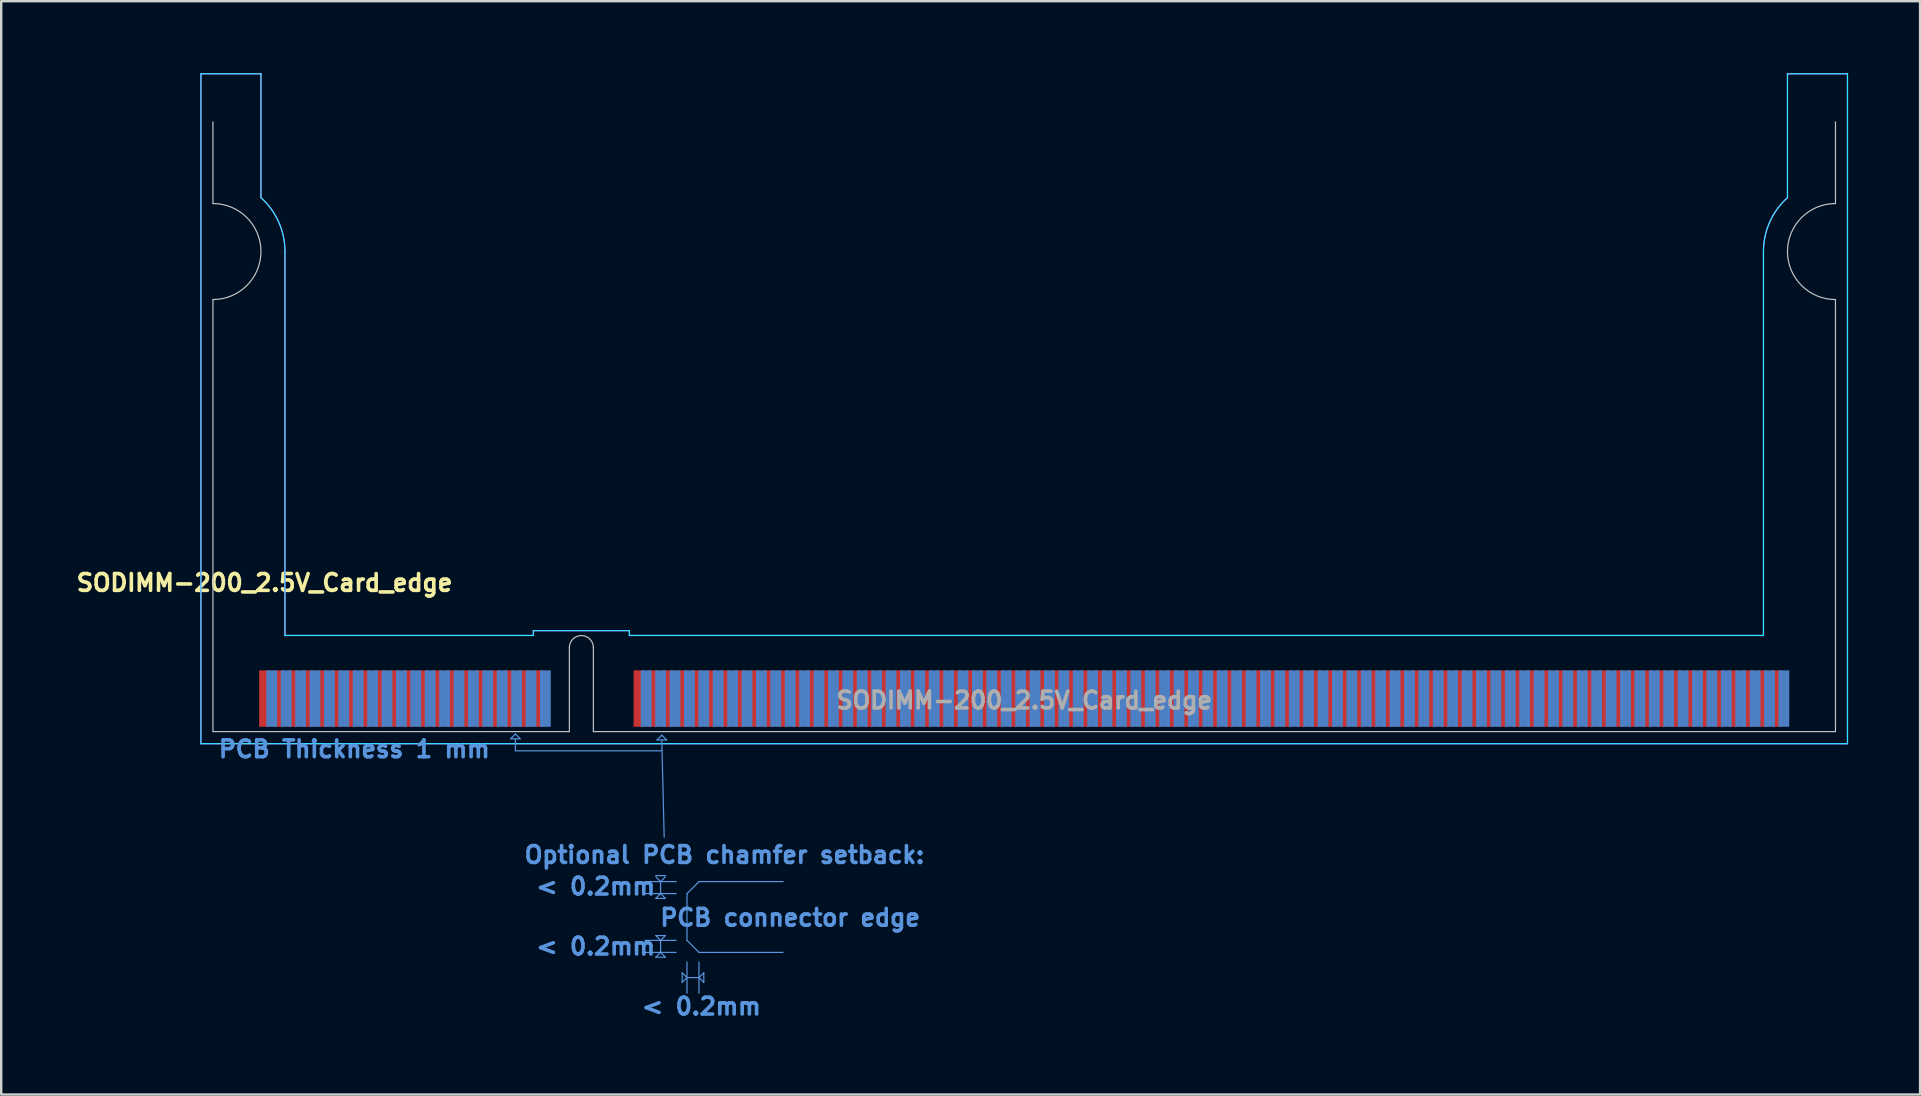
<source format=kicad_pcb>
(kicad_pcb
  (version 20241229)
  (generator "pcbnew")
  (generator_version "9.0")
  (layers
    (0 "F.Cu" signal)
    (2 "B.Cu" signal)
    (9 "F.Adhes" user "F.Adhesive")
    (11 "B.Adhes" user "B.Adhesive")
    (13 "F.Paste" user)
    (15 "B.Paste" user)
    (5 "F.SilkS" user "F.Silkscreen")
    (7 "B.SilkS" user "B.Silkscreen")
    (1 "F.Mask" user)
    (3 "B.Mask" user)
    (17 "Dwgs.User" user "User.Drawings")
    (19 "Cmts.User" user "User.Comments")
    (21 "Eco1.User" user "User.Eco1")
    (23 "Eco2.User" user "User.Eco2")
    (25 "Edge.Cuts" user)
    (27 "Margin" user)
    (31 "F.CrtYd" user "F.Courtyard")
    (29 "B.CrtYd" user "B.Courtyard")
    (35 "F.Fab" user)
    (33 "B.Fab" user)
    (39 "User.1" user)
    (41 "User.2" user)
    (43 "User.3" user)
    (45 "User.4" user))
  (footprint "SODIMM-200_2.5V_Card_edge"
    (layer "F.Cu")
    (at 7.972 26.055)
    (property "Reference" "SODIMM-200_2.5V_Card_edge" (at 0 -4.825 0) (layer "F.SilkS") (effects (font (size 0.7 0.7) (thickness 0.15))))
    (attr exclude_from_pos_files allow_soldermask_bridges)
    (fp_rect (start -0.352 -1.302) (end 12.7 1.302) (stroke (width 0) (type solid)) (fill yes) (layer "F.Mask"))
    (fp_rect (start 13.7 -1.302) (end 63.352 1.302) (stroke (width 0) (type solid)) (fill yes) (layer "F.Mask"))
    (fp_rect (start -0.052 -1.302) (end 12.7 1.302) (stroke (width 0) (type solid)) (fill yes) (layer "B.Mask"))
    (fp_rect (start 13.7 -1.302) (end 63.652 1.302) (stroke (width 0) (type solid)) (fill yes) (layer "B.Mask"))
    (fp_line (start -2.15 -20.625) (end -2.15 -24.025) (stroke (width 0.05) (type default)) (layer "Dwgs.User"))
    (fp_line (start -2.15 1.375) (end -2.15 -16.625) (stroke (width 0.05) (type solid)) (layer "Dwgs.User"))
    (fp_line (start 12.7 1.375) (end -2.15 1.375) (stroke (width 0.05) (type default)) (layer "Dwgs.User"))
    (fp_line (start 12.7 1.375) (end 12.7 -2.125) (stroke (width 0.05) (type solid)) (layer "Dwgs.User"))
    (fp_line (start 13.7 -2.125) (end 13.7 1.375) (stroke (width 0.05) (type solid)) (layer "Dwgs.User"))
    (fp_line (start 13.7 1.375) (end 65.45 1.375) (stroke (width 0.05) (type default)) (layer "Dwgs.User"))
    (fp_line (start 65.45 -20.625) (end 65.45 -24.025) (stroke (width 0.05) (type default)) (layer "Dwgs.User"))
    (fp_line (start 65.45 1.375) (end 65.45 -16.625) (stroke (width 0.05) (type solid)) (layer "Dwgs.User"))
    (fp_arc (start -2.15 -20.625) (mid -0.15 -18.625) (end -2.15 -16.625) (stroke (width 0.05) (type solid)) (layer "Dwgs.User"))
    (fp_arc (start 12.7 -2.125) (mid 13.2 -2.625) (end 13.7 -2.125) (stroke (width 0.05) (type solid)) (layer "Dwgs.User"))
    (fp_arc (start 65.45 -16.625) (mid 63.45 -18.625) (end 65.45 -20.625) (stroke (width 0.05) (type solid)) (layer "Dwgs.User"))
    (fp_line (start 10.25 1.675) (end 10.45 1.475) (stroke (width 0.05) (type default)) (layer "Cmts.User"))
    (fp_line (start 10.45 1.475) (end 10.65 1.675) (stroke (width 0.05) (type default)) (layer "Cmts.User"))
    (fp_line (start 10.45 1.675) (end 10.45 2.175) (stroke (width 0.05) (type default)) (layer "Cmts.User"))
    (fp_line (start 10.45 2.175) (end 16.55 2.175) (stroke (width 0.05) (type default)) (layer "Cmts.User"))
    (fp_line (start 10.65 1.675) (end 10.25 1.675) (stroke (width 0.05) (type default)) (layer "Cmts.User"))
    (fp_line (start 15.85 7.625) (end 17.15 7.625) (stroke (width 0.05) (type default)) (layer "Cmts.User"))
    (fp_line (start 15.85 8.125) (end 17.15 8.125) (stroke (width 0.05) (type default)) (layer "Cmts.User"))
    (fp_line (start 15.85 10.075) (end 17.15 10.075) (stroke (width 0.05) (type default)) (layer "Cmts.User"))
    (fp_line (start 15.85 10.575) (end 17.15 10.575) (stroke (width 0.05) (type default)) (layer "Cmts.User"))
    (fp_line (start 16.3 7.375) (end 16.7 7.375) (stroke (width 0.05) (type default)) (layer "Cmts.User"))
    (fp_line (start 16.3 8.325) (end 16.5 8.125) (stroke (width 0.05) (type default)) (layer "Cmts.User"))
    (fp_line (start 16.3 9.875) (end 16.7 9.875) (stroke (width 0.05) (type default)) (layer "Cmts.User"))
    (fp_line (start 16.3 10.775) (end 16.5 10.575) (stroke (width 0.05) (type default)) (layer "Cmts.User"))
    (fp_line (start 16.35 1.725) (end 16.55 1.525) (stroke (width 0.05) (type default)) (layer "Cmts.User"))
    (fp_line (start 16.5 7.625) (end 16.3 7.425) (stroke (width 0.05) (type default)) (layer "Cmts.User"))
    (fp_line (start 16.5 8.125) (end 16.5 7.625) (stroke (width 0.05) (type default)) (layer "Cmts.User"))
    (fp_line (start 16.5 8.125) (end 16.7 8.325) (stroke (width 0.05) (type default)) (layer "Cmts.User"))
    (fp_line (start 16.5 10.075) (end 16.3 9.875) (stroke (width 0.05) (type default)) (layer "Cmts.User"))
    (fp_line (start 16.5 10.575) (end 16.5 10.075) (stroke (width 0.05) (type default)) (layer "Cmts.User"))
    (fp_line (start 16.5 10.575) (end 16.7 10.775) (stroke (width 0.05) (type default)) (layer "Cmts.User"))
    (fp_line (start 16.55 1.525) (end 16.75 1.725) (stroke (width 0.05) (type default)) (layer "Cmts.User"))
    (fp_line (start 16.55 1.725) (end 16.65 5.775) (stroke (width 0.05) (type default)) (layer "Cmts.User"))
    (fp_line (start 16.7 7.425) (end 16.5 7.625) (stroke (width 0.05) (type default)) (layer "Cmts.User"))
    (fp_line (start 16.7 8.325) (end 16.3 8.325) (stroke (width 0.05) (type default)) (layer "Cmts.User"))
    (fp_line (start 16.7 9.875) (end 16.5 10.075) (stroke (width 0.05) (type default)) (layer "Cmts.User"))
    (fp_line (start 16.7 10.775) (end 16.3 10.775) (stroke (width 0.05) (type default)) (layer "Cmts.User"))
    (fp_line (start 16.75 1.725) (end 16.35 1.725) (stroke (width 0.05) (type default)) (layer "Cmts.User"))
    (fp_line (start 17.4 11.425) (end 17.6 11.625) (stroke (width 0.05) (type default)) (layer "Cmts.User"))
    (fp_line (start 17.4 11.825) (end 17.4 11.425) (stroke (width 0.05) (type default)) (layer "Cmts.User"))
    (fp_line (start 17.6 8.125) (end 17.6 10.075) (stroke (width 0.05) (type default)) (layer "Cmts.User"))
    (fp_line (start 17.6 10.975) (end 17.6 12.275) (stroke (width 0.05) (type default)) (layer "Cmts.User"))
    (fp_line (start 17.6 11.625) (end 17.4 11.825) (stroke (width 0.05) (type default)) (layer "Cmts.User"))
    (fp_line (start 17.6 11.625) (end 18.1 11.625) (stroke (width 0.05) (type default)) (layer "Cmts.User"))
    (fp_line (start 18.1 7.625) (end 17.6 8.125) (stroke (width 0.05) (type default)) (layer "Cmts.User"))
    (fp_line (start 18.1 7.625) (end 21.6 7.625) (stroke (width 0.05) (type default)) (layer "Cmts.User"))
    (fp_line (start 18.1 10.575) (end 17.6 10.075) (stroke (width 0.05) (type default)) (layer "Cmts.User"))
    (fp_line (start 18.1 10.575) (end 21.6 10.575) (stroke (width 0.05) (type default)) (layer "Cmts.User"))
    (fp_line (start 18.1 10.975) (end 18.1 12.275) (stroke (width 0.05) (type default)) (layer "Cmts.User"))
    (fp_line (start 18.1 11.625) (end 18.3 11.425) (stroke (width 0.05) (type default)) (layer "Cmts.User"))
    (fp_line (start 18.3 11.425) (end 18.3 11.825) (stroke (width 0.05) (type default)) (layer "Cmts.User"))
    (fp_line (start 18.3 11.825) (end 18.1 11.625) (stroke (width 0.05) (type default)) (layer "Cmts.User"))
    (fp_line (start -2.65 -26.03) (end -2.65 1.88) (stroke (width 0.05) (type default)) (layer "B.CrtYd"))
    (fp_line (start -2.65 -26.03) (end -0.15 -26.03) (stroke (width 0.05) (type default)) (layer "B.CrtYd"))
    (fp_line (start -0.15 -20.87) (end -0.15 -26.03) (stroke (width 0.05) (type default)) (layer "B.CrtYd"))
    (fp_line (start 0.85 -18.63) (end 0.85 -2.63) (stroke (width 0.05) (type default)) (layer "B.CrtYd"))
    (fp_line (start 0.85 -2.63) (end 11.2 -2.63) (stroke (width 0.05) (type default)) (layer "B.CrtYd"))
    (fp_line (start 11.2 -2.83) (end 15.2 -2.83) (stroke (width 0.05) (type default)) (layer "B.CrtYd"))
    (fp_line (start 11.2 -2.63) (end 11.2 -2.83) (stroke (width 0.05) (type default)) (layer "B.CrtYd"))
    (fp_line (start 15.2 -2.83) (end 15.2 -2.63) (stroke (width 0.05) (type default)) (layer "B.CrtYd"))
    (fp_line (start 15.2 -2.63) (end 62.45 -2.63) (stroke (width 0.05) (type default)) (layer "B.CrtYd"))
    (fp_line (start 62.45 -18.63) (end 62.45 -2.63) (stroke (width 0.05) (type default)) (layer "B.CrtYd"))
    (fp_line (start 63.45 -20.87) (end 63.45 -26.03) (stroke (width 0.05) (type default)) (layer "B.CrtYd"))
    (fp_line (start 65.95 -26.03) (end 63.45 -26.03) (stroke (width 0.05) (type default)) (layer "B.CrtYd"))
    (fp_line (start 65.95 -26.03) (end 65.95 1.88) (stroke (width 0.05) (type default)) (layer "B.CrtYd"))
    (fp_line (start 65.95 1.88) (end -2.65 1.88) (stroke (width 0.05) (type default)) (layer "B.CrtYd"))
    (fp_arc (start -0.15 -20.87) (mid 0.588474 -19.856462) (end 0.85 -18.63) (stroke (width 0.05) (type default)) (layer "B.CrtYd"))
    (fp_arc (start 62.45 -18.63) (mid 62.711526 -19.856462) (end 63.45 -20.87) (stroke (width 0.05) (type default)) (layer "B.CrtYd"))
    (fp_line (start -2.65 -26.03) (end -2.65 1.88) (stroke (width 0.05) (type default)) (layer "F.CrtYd"))
    (fp_line (start -2.65 -26.03) (end -0.15 -26.03) (stroke (width 0.05) (type default)) (layer "F.CrtYd"))
    (fp_line (start -0.15 -20.87) (end -0.15 -26.03) (stroke (width 0.05) (type default)) (layer "F.CrtYd"))
    (fp_line (start 0.85 -2.63) (end 0.85 -18.63) (stroke (width 0.05) (type default)) (layer "F.CrtYd"))
    (fp_line (start 0.85 -2.63) (end 11.2 -2.63) (stroke (width 0.05) (type default)) (layer "F.CrtYd"))
    (fp_line (start 11.2 -2.83) (end 15.2 -2.83) (stroke (width 0.05) (type default)) (layer "F.CrtYd"))
    (fp_line (start 11.2 -2.63) (end 11.2 -2.83) (stroke (width 0.05) (type default)) (layer "F.CrtYd"))
    (fp_line (start 15.2 -2.83) (end 15.2 -2.63) (stroke (width 0.05) (type default)) (layer "F.CrtYd"))
    (fp_line (start 15.2 -2.63) (end 62.45 -2.63) (stroke (width 0.05) (type default)) (layer "F.CrtYd"))
    (fp_line (start 62.45 -2.63) (end 62.45 -18.63) (stroke (width 0.05) (type default)) (layer "F.CrtYd"))
    (fp_line (start 63.45 -20.87) (end 63.45 -26.03) (stroke (width 0.05) (type default)) (layer "F.CrtYd"))
    (fp_line (start 65.95 -26.03) (end 63.45 -26.03) (stroke (width 0.05) (type default)) (layer "F.CrtYd"))
    (fp_line (start 65.95 -26.03) (end 65.95 1.88) (stroke (width 0.05) (type default)) (layer "F.CrtYd"))
    (fp_line (start 65.95 1.88) (end -2.65 1.88) (stroke (width 0.05) (type default)) (layer "F.CrtYd"))
    (fp_arc (start -0.15 -20.87) (mid 0.588474 -19.856462) (end 0.85 -18.63) (stroke (width 0.05) (type default)) (layer "F.CrtYd"))
    (fp_arc (start 62.45 -18.63) (mid 62.711526 -19.856462) (end 63.45 -20.87) (stroke (width 0.05) (type default)) (layer "F.CrtYd"))
    (fp_text user "< 0.2mm" (at 13.8 10.325 180) (layer "Cmts.User") (effects (font (size 0.7 0.7) (thickness 0.15))))
    (fp_text user "< 0.2mm" (at 13.8 7.825 180) (layer "Cmts.User") (effects (font (size 0.7 0.7) (thickness 0.15))))
    (fp_text user "Optional PCB chamfer setback:" (at 19.16 6.51 180) (layer "Cmts.User") (effects (font (size 0.7 0.7) (thickness 0.15))))
    (fp_text user "< 0.2mm" (at 18.2 12.825 180) (layer "Cmts.User") (effects (font (size 0.7 0.7) (thickness 0.15))))
    (fp_text user "PCB connector edge" (at 21.9 9.125 180) (layer "Cmts.User") (effects (font (size 0.7 0.7) (thickness 0.15))))
    (fp_text user "PCB Thickness 1 mm" (at 3.74 2.105 180) (layer "Cmts.User") (effects (font (size 0.7 0.7) (thickness 0.15))))
    (fp_text user "${REFERENCE}" (at 31.65 0.075 0) (layer "F.Fab") (effects (font (size 0.7 0.7) (thickness 0.15))))
    (pad "1" connect rect (at 0 0) (size 0.45 2.35) (layers "F.Cu" "F.Mask"))
    (pad "2" connect rect (at 0.3 0) (size 0.45 2.35) (layers "B.Cu" "B.Mask"))
    (pad "3" connect rect (at 0.6 0) (size 0.45 2.35) (layers "F.Cu" "F.Mask"))
    (pad "4" connect rect (at 0.9 0) (size 0.45 2.35) (layers "B.Cu" "B.Mask"))
    (pad "5" connect rect (at 1.2 0) (size 0.45 2.35) (layers "F.Cu" "F.Mask"))
    (pad "6" connect rect (at 1.5 0) (size 0.45 2.35) (layers "B.Cu" "B.Mask"))
    (pad "7" connect rect (at 1.8 0) (size 0.45 2.35) (layers "F.Cu" "F.Mask"))
    (pad "8" connect rect (at 2.1 0) (size 0.45 2.35) (layers "B.Cu" "B.Mask"))
    (pad "9" connect rect (at 2.4 0) (size 0.45 2.35) (layers "F.Cu" "F.Mask"))
    (pad "10" connect rect (at 2.7 0) (size 0.45 2.35) (layers "B.Cu" "B.Mask"))
    (pad "11" connect rect (at 3 0) (size 0.45 2.35) (layers "F.Cu" "F.Mask"))
    (pad "12" connect rect (at 3.3 0) (size 0.45 2.35) (layers "B.Cu" "B.Mask"))
    (pad "13" connect rect (at 3.6 0) (size 0.45 2.35) (layers "F.Cu" "F.Mask"))
    (pad "14" connect rect (at 3.9 0) (size 0.45 2.35) (layers "B.Cu" "B.Mask"))
    (pad "15" connect rect (at 4.2 0) (size 0.45 2.35) (layers "F.Cu" "F.Mask"))
    (pad "16" connect rect (at 4.5 0) (size 0.45 2.35) (layers "B.Cu" "B.Mask"))
    (pad "17" connect rect (at 4.8 0) (size 0.45 2.35) (layers "F.Cu" "F.Mask"))
    (pad "18" connect rect (at 5.1 0) (size 0.45 2.35) (layers "B.Cu" "B.Mask"))
    (pad "19" connect rect (at 5.4 0) (size 0.45 2.35) (layers "F.Cu" "F.Mask"))
    (pad "20" connect rect (at 5.7 0) (size 0.45 2.35) (layers "B.Cu" "B.Mask"))
    (pad "21" connect rect (at 6 0) (size 0.45 2.35) (layers "F.Cu" "F.Mask"))
    (pad "22" connect rect (at 6.3 0) (size 0.45 2.35) (layers "B.Cu" "B.Mask"))
    (pad "23" connect rect (at 6.6 0) (size 0.45 2.35) (layers "F.Cu" "F.Mask"))
    (pad "24" connect rect (at 6.9 0) (size 0.45 2.35) (layers "B.Cu" "B.Mask"))
    (pad "25" connect rect (at 7.2 0) (size 0.45 2.35) (layers "F.Cu" "F.Mask"))
    (pad "26" connect rect (at 7.5 0) (size 0.45 2.35) (layers "B.Cu" "B.Mask"))
    (pad "27" connect rect (at 7.8 0) (size 0.45 2.35) (layers "F.Cu" "F.Mask"))
    (pad "28" connect rect (at 8.1 0) (size 0.45 2.35) (layers "B.Cu" "B.Mask"))
    (pad "29" connect rect (at 8.4 0) (size 0.45 2.35) (layers "F.Cu" "F.Mask"))
    (pad "30" connect rect (at 8.7 0) (size 0.45 2.35) (layers "B.Cu" "B.Mask"))
    (pad "31" connect rect (at 9 0) (size 0.45 2.35) (layers "F.Cu" "F.Mask"))
    (pad "32" connect rect (at 9.3 0) (size 0.45 2.35) (layers "B.Cu" "B.Mask"))
    (pad "33" connect rect (at 9.6 0) (size 0.45 2.35) (layers "F.Cu" "F.Mask"))
    (pad "34" connect rect (at 9.9 0) (size 0.45 2.35) (layers "B.Cu" "B.Mask"))
    (pad "35" connect rect (at 10.2 0) (size 0.45 2.35) (layers "F.Cu" "F.Mask"))
    (pad "36" connect rect (at 10.5 0) (size 0.45 2.35) (layers "B.Cu" "B.Mask"))
    (pad "37" connect rect (at 10.8 0) (size 0.45 2.35) (layers "F.Cu" "F.Mask"))
    (pad "38" connect rect (at 11.1 0) (size 0.45 2.35) (layers "B.Cu" "B.Mask"))
    (pad "39" connect rect (at 11.4 0) (size 0.45 2.35) (layers "F.Cu" "F.Mask"))
    (pad "40" connect rect (at 11.7 0) (size 0.45 2.35) (layers "B.Cu" "B.Mask"))
    (pad "41" connect rect (at 15.6 0) (size 0.45 2.35) (layers "F.Cu" "F.Mask"))
    (pad "42" connect rect (at 15.9 0) (size 0.45 2.35) (layers "B.Cu" "B.Mask"))
    (pad "43" connect rect (at 16.2 0) (size 0.45 2.35) (layers "F.Cu" "F.Mask"))
    (pad "44" connect rect (at 16.5 0) (size 0.45 2.35) (layers "B.Cu" "B.Mask"))
    (pad "45" connect rect (at 16.8 0) (size 0.45 2.35) (layers "F.Cu" "F.Mask"))
    (pad "46" connect rect (at 17.1 0) (size 0.45 2.35) (layers "B.Cu" "B.Mask"))
    (pad "47" connect rect (at 17.4 0) (size 0.45 2.35) (layers "F.Cu" "F.Mask"))
    (pad "48" connect rect (at 17.7 0) (size 0.45 2.35) (layers "B.Cu" "B.Mask"))
    (pad "49" connect rect (at 18 0) (size 0.45 2.35) (layers "F.Cu" "F.Mask"))
    (pad "50" connect rect (at 18.3 0) (size 0.45 2.35) (layers "B.Cu" "B.Mask"))
    (pad "51" connect rect (at 18.6 0) (size 0.45 2.35) (layers "F.Cu" "F.Mask"))
    (pad "52" connect rect (at 18.9 0) (size 0.45 2.35) (layers "B.Cu" "B.Mask"))
    (pad "53" connect rect (at 19.2 0) (size 0.45 2.35) (layers "F.Cu" "F.Mask"))
    (pad "54" connect rect (at 19.5 0) (size 0.45 2.35) (layers "B.Cu" "B.Mask"))
    (pad "55" connect rect (at 19.8 0) (size 0.45 2.35) (layers "F.Cu" "F.Mask"))
    (pad "56" connect rect (at 20.1 0) (size 0.45 2.35) (layers "B.Cu" "B.Mask"))
    (pad "57" connect rect (at 20.4 0) (size 0.45 2.35) (layers "F.Cu" "F.Mask"))
    (pad "58" connect rect (at 20.7 0) (size 0.45 2.35) (layers "B.Cu" "B.Mask"))
    (pad "59" connect rect (at 21 0) (size 0.45 2.35) (layers "F.Cu" "F.Mask"))
    (pad "60" connect rect (at 21.3 0) (size 0.45 2.35) (layers "B.Cu" "B.Mask"))
    (pad "61" connect rect (at 21.6 0) (size 0.45 2.35) (layers "F.Cu" "F.Mask"))
    (pad "62" connect rect (at 21.9 0) (size 0.45 2.35) (layers "B.Cu" "B.Mask"))
    (pad "63" connect rect (at 22.2 0) (size 0.45 2.35) (layers "F.Cu" "F.Mask"))
    (pad "64" connect rect (at 22.5 0) (size 0.45 2.35) (layers "B.Cu" "B.Mask"))
    (pad "65" connect rect (at 22.8 0) (size 0.45 2.35) (layers "F.Cu" "F.Mask"))
    (pad "66" connect rect (at 23.1 0) (size 0.45 2.35) (layers "B.Cu" "B.Mask"))
    (pad "67" connect rect (at 23.4 0) (size 0.45 2.35) (layers "F.Cu" "F.Mask"))
    (pad "68" connect rect (at 23.7 0) (size 0.45 2.35) (layers "B.Cu" "B.Mask"))
    (pad "69" connect rect (at 24 0) (size 0.45 2.35) (layers "F.Cu" "F.Mask"))
    (pad "70" connect rect (at 24.3 0) (size 0.45 2.35) (layers "B.Cu" "B.Mask"))
    (pad "71" connect rect (at 24.6 0) (size 0.45 2.35) (layers "F.Cu" "F.Mask"))
    (pad "72" connect rect (at 24.9 0) (size 0.45 2.35) (layers "B.Cu" "B.Mask"))
    (pad "73" connect rect (at 25.2 0) (size 0.45 2.35) (layers "F.Cu" "F.Mask"))
    (pad "74" connect rect (at 25.5 0) (size 0.45 2.35) (layers "B.Cu" "B.Mask"))
    (pad "75" connect rect (at 25.8 0) (size 0.45 2.35) (layers "F.Cu" "F.Mask"))
    (pad "76" connect rect (at 26.1 0) (size 0.45 2.35) (layers "B.Cu" "B.Mask"))
    (pad "77" connect rect (at 26.4 0) (size 0.45 2.35) (layers "F.Cu" "F.Mask"))
    (pad "78" connect rect (at 26.7 0) (size 0.45 2.35) (layers "B.Cu" "B.Mask"))
    (pad "79" connect rect (at 27 0) (size 0.45 2.35) (layers "F.Cu" "F.Mask"))
    (pad "80" connect rect (at 27.3 0) (size 0.45 2.35) (layers "B.Cu" "B.Mask"))
    (pad "81" connect rect (at 27.6 0) (size 0.45 2.35) (layers "F.Cu" "F.Mask"))
    (pad "82" connect rect (at 27.9 0) (size 0.45 2.35) (layers "B.Cu" "B.Mask"))
    (pad "83" connect rect (at 28.2 0) (size 0.45 2.35) (layers "F.Cu" "F.Mask"))
    (pad "84" connect rect (at 28.5 0) (size 0.45 2.35) (layers "B.Cu" "B.Mask"))
    (pad "85" connect rect (at 28.8 0) (size 0.45 2.35) (layers "F.Cu" "F.Mask"))
    (pad "86" connect rect (at 29.1 0) (size 0.45 2.35) (layers "B.Cu" "B.Mask"))
    (pad "87" connect rect (at 29.4 0) (size 0.45 2.35) (layers "F.Cu" "F.Mask"))
    (pad "88" connect rect (at 29.7 0) (size 0.45 2.35) (layers "B.Cu" "B.Mask"))
    (pad "89" connect rect (at 30 0) (size 0.45 2.35) (layers "F.Cu" "F.Mask"))
    (pad "90" connect rect (at 30.3 0) (size 0.45 2.35) (layers "B.Cu" "B.Mask"))
    (pad "91" connect rect (at 30.6 0) (size 0.45 2.35) (layers "F.Cu" "F.Mask"))
    (pad "92" connect rect (at 30.9 0) (size 0.45 2.35) (layers "B.Cu" "B.Mask"))
    (pad "93" connect rect (at 31.2 0) (size 0.45 2.35) (layers "F.Cu" "F.Mask"))
    (pad "94" connect rect (at 31.5 0) (size 0.45 2.35) (layers "B.Cu" "B.Mask"))
    (pad "95" connect rect (at 31.8 0) (size 0.45 2.35) (layers "F.Cu" "F.Mask"))
    (pad "96" connect rect (at 32.1 0) (size 0.45 2.35) (layers "B.Cu" "B.Mask"))
    (pad "97" connect rect (at 32.4 0) (size 0.45 2.35) (layers "F.Cu" "F.Mask"))
    (pad "98" connect rect (at 32.7 0) (size 0.45 2.35) (layers "B.Cu" "B.Mask"))
    (pad "99" connect rect (at 33 0) (size 0.45 2.35) (layers "F.Cu" "F.Mask"))
    (pad "100" connect rect (at 33.3 0) (size 0.45 2.35) (layers "B.Cu" "B.Mask"))
    (pad "101" connect rect (at 33.6 0) (size 0.45 2.35) (layers "F.Cu" "F.Mask"))
    (pad "102" connect rect (at 33.9 0) (size 0.45 2.35) (layers "B.Cu" "B.Mask"))
    (pad "103" connect rect (at 34.2 0) (size 0.45 2.35) (layers "F.Cu" "F.Mask"))
    (pad "104" connect rect (at 34.5 0) (size 0.45 2.35) (layers "B.Cu" "B.Mask"))
    (pad "105" connect rect (at 34.8 0) (size 0.45 2.35) (layers "F.Cu" "F.Mask"))
    (pad "106" connect rect (at 35.1 0) (size 0.45 2.35) (layers "B.Cu" "B.Mask"))
    (pad "107" connect rect (at 35.4 0) (size 0.45 2.35) (layers "F.Cu" "F.Mask"))
    (pad "108" connect rect (at 35.7 0) (size 0.45 2.35) (layers "B.Cu" "B.Mask"))
    (pad "109" connect rect (at 36 0) (size 0.45 2.35) (layers "F.Cu" "F.Mask"))
    (pad "110" connect rect (at 36.3 0) (size 0.45 2.35) (layers "B.Cu" "B.Mask"))
    (pad "111" connect rect (at 36.6 0) (size 0.45 2.35) (layers "F.Cu" "F.Mask"))
    (pad "112" connect rect (at 36.9 0) (size 0.45 2.35) (layers "B.Cu" "B.Mask"))
    (pad "113" connect rect (at 37.2 0) (size 0.45 2.35) (layers "F.Cu" "F.Mask"))
    (pad "114" connect rect (at 37.5 0) (size 0.45 2.35) (layers "B.Cu" "B.Mask"))
    (pad "115" connect rect (at 37.8 0) (size 0.45 2.35) (layers "F.Cu" "F.Mask"))
    (pad "116" connect rect (at 38.1 0) (size 0.45 2.35) (layers "B.Cu" "B.Mask"))
    (pad "117" connect rect (at 38.4 0) (size 0.45 2.35) (layers "F.Cu" "F.Mask"))
    (pad "118" connect rect (at 38.7 0) (size 0.45 2.35) (layers "B.Cu" "B.Mask"))
    (pad "119" connect rect (at 39 0) (size 0.45 2.35) (layers "F.Cu" "F.Mask"))
    (pad "120" connect rect (at 39.3 0) (size 0.45 2.35) (layers "B.Cu" "B.Mask"))
    (pad "121" connect rect (at 39.6 0) (size 0.45 2.35) (layers "F.Cu" "F.Mask"))
    (pad "122" connect rect (at 39.9 0) (size 0.45 2.35) (layers "B.Cu" "B.Mask"))
    (pad "123" connect rect (at 40.2 0) (size 0.45 2.35) (layers "F.Cu" "F.Mask"))
    (pad "124" connect rect (at 40.5 0) (size 0.45 2.35) (layers "B.Cu" "B.Mask"))
    (pad "125" connect rect (at 40.8 0) (size 0.45 2.35) (layers "F.Cu" "F.Mask"))
    (pad "126" connect rect (at 41.1 0) (size 0.45 2.35) (layers "B.Cu" "B.Mask"))
    (pad "127" connect rect (at 41.4 0) (size 0.45 2.35) (layers "F.Cu" "F.Mask"))
    (pad "128" connect rect (at 41.7 0) (size 0.45 2.35) (layers "B.Cu" "B.Mask"))
    (pad "129" connect rect (at 42 0) (size 0.45 2.35) (layers "F.Cu" "F.Mask"))
    (pad "130" connect rect (at 42.3 0) (size 0.45 2.35) (layers "B.Cu" "B.Mask"))
    (pad "131" connect rect (at 42.6 0) (size 0.45 2.35) (layers "F.Cu" "F.Mask"))
    (pad "132" connect rect (at 42.9 0) (size 0.45 2.35) (layers "B.Cu" "B.Mask"))
    (pad "133" connect rect (at 43.2 0) (size 0.45 2.35) (layers "F.Cu" "F.Mask"))
    (pad "134" connect rect (at 43.5 0) (size 0.45 2.35) (layers "B.Cu" "B.Mask"))
    (pad "135" connect rect (at 43.8 0) (size 0.45 2.35) (layers "F.Cu" "F.Mask"))
    (pad "136" connect rect (at 44.1 0) (size 0.45 2.35) (layers "B.Cu" "B.Mask"))
    (pad "137" connect rect (at 44.4 0) (size 0.45 2.35) (layers "F.Cu" "F.Mask"))
    (pad "138" connect rect (at 44.7 0) (size 0.45 2.35) (layers "B.Cu" "B.Mask"))
    (pad "139" connect rect (at 45 0) (size 0.45 2.35) (layers "F.Cu" "F.Mask"))
    (pad "140" connect rect (at 45.3 0) (size 0.45 2.35) (layers "B.Cu" "B.Mask"))
    (pad "141" connect rect (at 45.6 0) (size 0.45 2.35) (layers "F.Cu" "F.Mask"))
    (pad "142" connect rect (at 45.9 0) (size 0.45 2.35) (layers "B.Cu" "B.Mask"))
    (pad "143" connect rect (at 46.2 0) (size 0.45 2.35) (layers "F.Cu" "F.Mask"))
    (pad "144" connect rect (at 46.5 0) (size 0.45 2.35) (layers "B.Cu" "B.Mask"))
    (pad "145" connect rect (at 46.8 0) (size 0.45 2.35) (layers "F.Cu" "F.Mask"))
    (pad "146" connect rect (at 47.1 0) (size 0.45 2.35) (layers "B.Cu" "B.Mask"))
    (pad "147" connect rect (at 47.4 0) (size 0.45 2.35) (layers "F.Cu" "F.Mask"))
    (pad "148" connect rect (at 47.7 0) (size 0.45 2.35) (layers "B.Cu" "B.Mask"))
    (pad "149" connect rect (at 48 0) (size 0.45 2.35) (layers "F.Cu" "F.Mask"))
    (pad "150" connect rect (at 48.3 0) (size 0.45 2.35) (layers "B.Cu" "B.Mask"))
    (pad "151" connect rect (at 48.6 0) (size 0.45 2.35) (layers "F.Cu" "F.Mask"))
    (pad "152" connect rect (at 48.9 0) (size 0.45 2.35) (layers "B.Cu" "B.Mask"))
    (pad "153" connect rect (at 49.2 0) (size 0.45 2.35) (layers "F.Cu" "F.Mask"))
    (pad "154" connect rect (at 49.5 0) (size 0.45 2.35) (layers "B.Cu" "B.Mask"))
    (pad "155" connect rect (at 49.8 0) (size 0.45 2.35) (layers "F.Cu" "F.Mask"))
    (pad "156" connect rect (at 50.1 0) (size 0.45 2.35) (layers "B.Cu" "B.Mask"))
    (pad "157" connect rect (at 50.4 0) (size 0.45 2.35) (layers "F.Cu" "F.Mask"))
    (pad "158" connect rect (at 50.7 0) (size 0.45 2.35) (layers "B.Cu" "B.Mask"))
    (pad "159" connect rect (at 51 0) (size 0.45 2.35) (layers "F.Cu" "F.Mask"))
    (pad "160" connect rect (at 51.3 0) (size 0.45 2.35) (layers "B.Cu" "B.Mask"))
    (pad "161" connect rect (at 51.6 0) (size 0.45 2.35) (layers "F.Cu" "F.Mask"))
    (pad "162" connect rect (at 51.9 0) (size 0.45 2.35) (layers "B.Cu" "B.Mask"))
    (pad "163" connect rect (at 52.2 0) (size 0.45 2.35) (layers "F.Cu" "F.Mask"))
    (pad "164" connect rect (at 52.5 0) (size 0.45 2.35) (layers "B.Cu" "B.Mask"))
    (pad "165" connect rect (at 52.8 0) (size 0.45 2.35) (layers "F.Cu" "F.Mask"))
    (pad "166" connect rect (at 53.1 0) (size 0.45 2.35) (layers "B.Cu" "B.Mask"))
    (pad "167" connect rect (at 53.4 0) (size 0.45 2.35) (layers "F.Cu" "F.Mask"))
    (pad "168" connect rect (at 53.7 0) (size 0.45 2.35) (layers "B.Cu" "B.Mask"))
    (pad "169" connect rect (at 54 0) (size 0.45 2.35) (layers "F.Cu" "F.Mask"))
    (pad "170" connect rect (at 54.3 0) (size 0.45 2.35) (layers "B.Cu" "B.Mask"))
    (pad "171" connect rect (at 54.6 0) (size 0.45 2.35) (layers "F.Cu" "F.Mask"))
    (pad "172" connect rect (at 54.9 0) (size 0.45 2.35) (layers "B.Cu" "B.Mask"))
    (pad "173" connect rect (at 55.2 0) (size 0.45 2.35) (layers "F.Cu" "F.Mask"))
    (pad "174" connect rect (at 55.5 0) (size 0.45 2.35) (layers "B.Cu" "B.Mask"))
    (pad "175" connect rect (at 55.8 0) (size 0.45 2.35) (layers "F.Cu" "F.Mask"))
    (pad "176" connect rect (at 56.1 0) (size 0.45 2.35) (layers "B.Cu" "B.Mask"))
    (pad "177" connect rect (at 56.4 0) (size 0.45 2.35) (layers "F.Cu" "F.Mask"))
    (pad "178" connect rect (at 56.7 0) (size 0.45 2.35) (layers "B.Cu" "B.Mask"))
    (pad "179" connect rect (at 57 0) (size 0.45 2.35) (layers "F.Cu" "F.Mask"))
    (pad "180" connect rect (at 57.3 0) (size 0.45 2.35) (layers "B.Cu" "B.Mask"))
    (pad "181" connect rect (at 57.6 0) (size 0.45 2.35) (layers "F.Cu" "F.Mask"))
    (pad "182" connect rect (at 57.9 0) (size 0.45 2.35) (layers "B.Cu" "B.Mask"))
    (pad "183" connect rect (at 58.2 0) (size 0.45 2.35) (layers "F.Cu" "F.Mask"))
    (pad "184" connect rect (at 58.5 0) (size 0.45 2.35) (layers "B.Cu" "B.Mask"))
    (pad "185" connect rect (at 58.8 0) (size 0.45 2.35) (layers "F.Cu" "F.Mask"))
    (pad "186" connect rect (at 59.1 0) (size 0.45 2.35) (layers "B.Cu" "B.Mask"))
    (pad "187" connect rect (at 59.4 0) (size 0.45 2.35) (layers "F.Cu" "F.Mask"))
    (pad "188" connect rect (at 59.7 0) (size 0.45 2.35) (layers "B.Cu" "B.Mask"))
    (pad "189" connect rect (at 60 0) (size 0.45 2.35) (layers "F.Cu" "F.Mask"))
    (pad "190" connect rect (at 60.3 0) (size 0.45 2.35) (layers "B.Cu" "B.Mask"))
    (pad "191" connect rect (at 60.6 0) (size 0.45 2.35) (layers "F.Cu" "F.Mask"))
    (pad "192" connect rect (at 60.9 0) (size 0.45 2.35) (layers "B.Cu" "B.Mask"))
    (pad "193" connect rect (at 61.2 0) (size 0.45 2.35) (layers "F.Cu" "F.Mask"))
    (pad "194" connect rect (at 61.5 0) (size 0.45 2.35) (layers "B.Cu" "B.Mask"))
    (pad "195" connect rect (at 61.8 0) (size 0.45 2.35) (layers "F.Cu" "F.Mask"))
    (pad "196" connect rect (at 62.1 0) (size 0.45 2.35) (layers "B.Cu" "B.Mask"))
    (pad "197" connect rect (at 62.4 0) (size 0.45 2.35) (layers "F.Cu" "F.Mask"))
    (pad "198" connect rect (at 62.7 0) (size 0.45 2.35) (layers "B.Cu" "B.Mask"))
    (pad "199" connect rect (at 63 0) (size 0.45 2.35) (layers "F.Cu" "F.Mask"))
    (pad "200" connect rect (at 63.3 0) (size 0.45 2.35) (layers "B.Cu" "B.Mask"))
    (zone (net_name "") (layers "F.Cu" "B.Cu") (hatch edge 0.5) (connect_pads) (min_thickness 0.25) (filled_areas_thickness no) (keepout (tracks not_allowed) (vias not_allowed) (pads not_allowed) (copperpour not_allowed) (footprints allowed)) (placement (enabled no)) (fill) (polygon (pts (xy 5.822 13.455) (xy 7.822 13.455) (xy 7.822 7.43) (xy 5.822 7.43))))
    (zone (net_name "") (layers "F.Cu" "B.Cu") (hatch edge 0.5) (connect_pads) (min_thickness 0.25) (filled_areas_thickness no) (keepout (tracks not_allowed) (vias not_allowed) (pads not_allowed) (copperpour not_allowed) (footprints allowed)) (placement (enabled no)) (fill) (polygon (pts (xy 5.822 24.88) (xy 7.697 24.88) (xy 7.697 27.43) (xy 5.822 27.43))))
    (zone (net_name "") (layers "F.Cu" "B.Cu") (hatch edge 0.5) (connect_pads) (min_thickness 0.25) (filled_areas_thickness no) (keepout (tracks not_allowed) (vias not_allowed) (pads not_allowed) (copperpour not_allowed) (footprints allowed)) (placement (enabled no)) (fill) (polygon (pts (xy 5.822 27.43) (xy 6.822 27.43) (xy 6.822 13.455) (xy 5.822 13.455))))
    (zone (net_name "") (layers "F.Cu" "B.Cu") (hatch edge 0.5) (connect_pads) (min_thickness 0.25) (filled_areas_thickness no) (keepout (tracks not_allowed) (vias not_allowed) (pads not_allowed) (copperpour not_allowed) (footprints allowed)) (placement (enabled no)) (fill) (polygon (pts (xy 19.947 24.88) (xy 23.322 24.88) (xy 23.322 27.43) (xy 19.947 27.43))))
    (zone (net_name "") (layers "F.Cu" "B.Cu") (hatch edge 0.5) (connect_pads) (min_thickness 0.25) (filled_areas_thickness no) (keepout (tracks not_allowed) (vias not_allowed) (pads not_allowed) (copperpour not_allowed) (footprints allowed)) (placement (enabled no)) (fill) (polygon (pts (xy 71.422 13.455) (xy 73.422 13.455) (xy 73.422 7.43) (xy 71.422 7.43))))
    (zone (net_name "") (layers "F.Cu" "B.Cu") (hatch edge 0.5) (connect_pads) (min_thickness 0.25) (filled_areas_thickness no) (keepout (tracks not_allowed) (vias not_allowed) (pads not_allowed) (copperpour not_allowed) (footprints allowed)) (placement (enabled no)) (fill) (polygon (pts (xy 71.547 24.88) (xy 73.422 24.88) (xy 73.422 27.43) (xy 71.547 27.43))))
    (zone (net_name "") (layers "F.Cu" "B.Cu") (hatch edge 0.5) (connect_pads) (min_thickness 0.25) (filled_areas_thickness no) (keepout (tracks not_allowed) (vias not_allowed) (pads not_allowed) (copperpour not_allowed) (footprints allowed)) (placement (enabled no)) (fill) (polygon (pts (xy 72.422 27.43) (xy 73.422 27.43) (xy 73.422 13.455) (xy 72.422 13.455))))
    (zone (net_name "") (layer "In1.Cu") (hatch edge 0.5) (connect_pads) (min_thickness 0.25) (filled_areas_thickness no) (keepout (tracks not_allowed) (vias not_allowed) (pads not_allowed) (copperpour not_allowed) (footprints allowed)) (placement (enabled no)) (fill) (polygon (pts (xy 5.822 9.93) (xy 7.822 9.93) (xy 7.822 7.43) (xy 5.822 7.43))))
    (zone (net_name "") (layer "In1.Cu") (hatch edge 0.5) (connect_pads) (min_thickness 0.25) (filled_areas_thickness no) (keepout (tracks not_allowed) (vias not_allowed) (pads not_allowed) (copperpour not_allowed) (footprints allowed)) (placement (enabled no)) (fill) (polygon (pts (xy 5.822 27.43) (xy 5.822 26.43) (xy 73.422 26.43) (xy 73.422 27.43))))
    (zone (net_name "") (layer "In1.Cu") (hatch edge 0.5) (connect_pads) (min_thickness 0.25) (filled_areas_thickness no) (keepout (tracks not_allowed) (vias not_allowed) (pads not_allowed) (copperpour not_allowed) (footprints allowed)) (placement (enabled no)) (fill) (polygon (pts (xy 5.822 27.43) (xy 6.322 27.43) (xy 6.322 9.93) (xy 5.822 9.93))))
    (zone (net_name "") (layer "In1.Cu") (hatch edge 0.5) (connect_pads) (min_thickness 0.25) (filled_areas_thickness no) (keepout (tracks not_allowed) (vias not_allowed) (pads not_allowed) (copperpour not_allowed) (footprints allowed)) (placement (enabled no)) (fill) (polygon (pts (xy 71.422 9.93) (xy 73.422 9.93) (xy 73.422 7.43) (xy 71.422 7.43))))
    (zone (net_name "") (layer "In1.Cu") (hatch edge 0.5) (connect_pads) (min_thickness 0.25) (filled_areas_thickness no) (keepout (tracks not_allowed) (vias not_allowed) (pads not_allowed) (copperpour not_allowed) (footprints allowed)) (placement (enabled no)) (fill) (polygon (pts (xy 72.922 27.43) (xy 73.422 27.43) (xy 73.422 9.93) (xy 72.922 9.93)))))
  (gr_rect
    (start -3 -3)
    (end 76.947 42.553)
    (stroke (width 0.1) (type default))
    (fill no)
    (layer "Edge.Cuts")))
</source>
